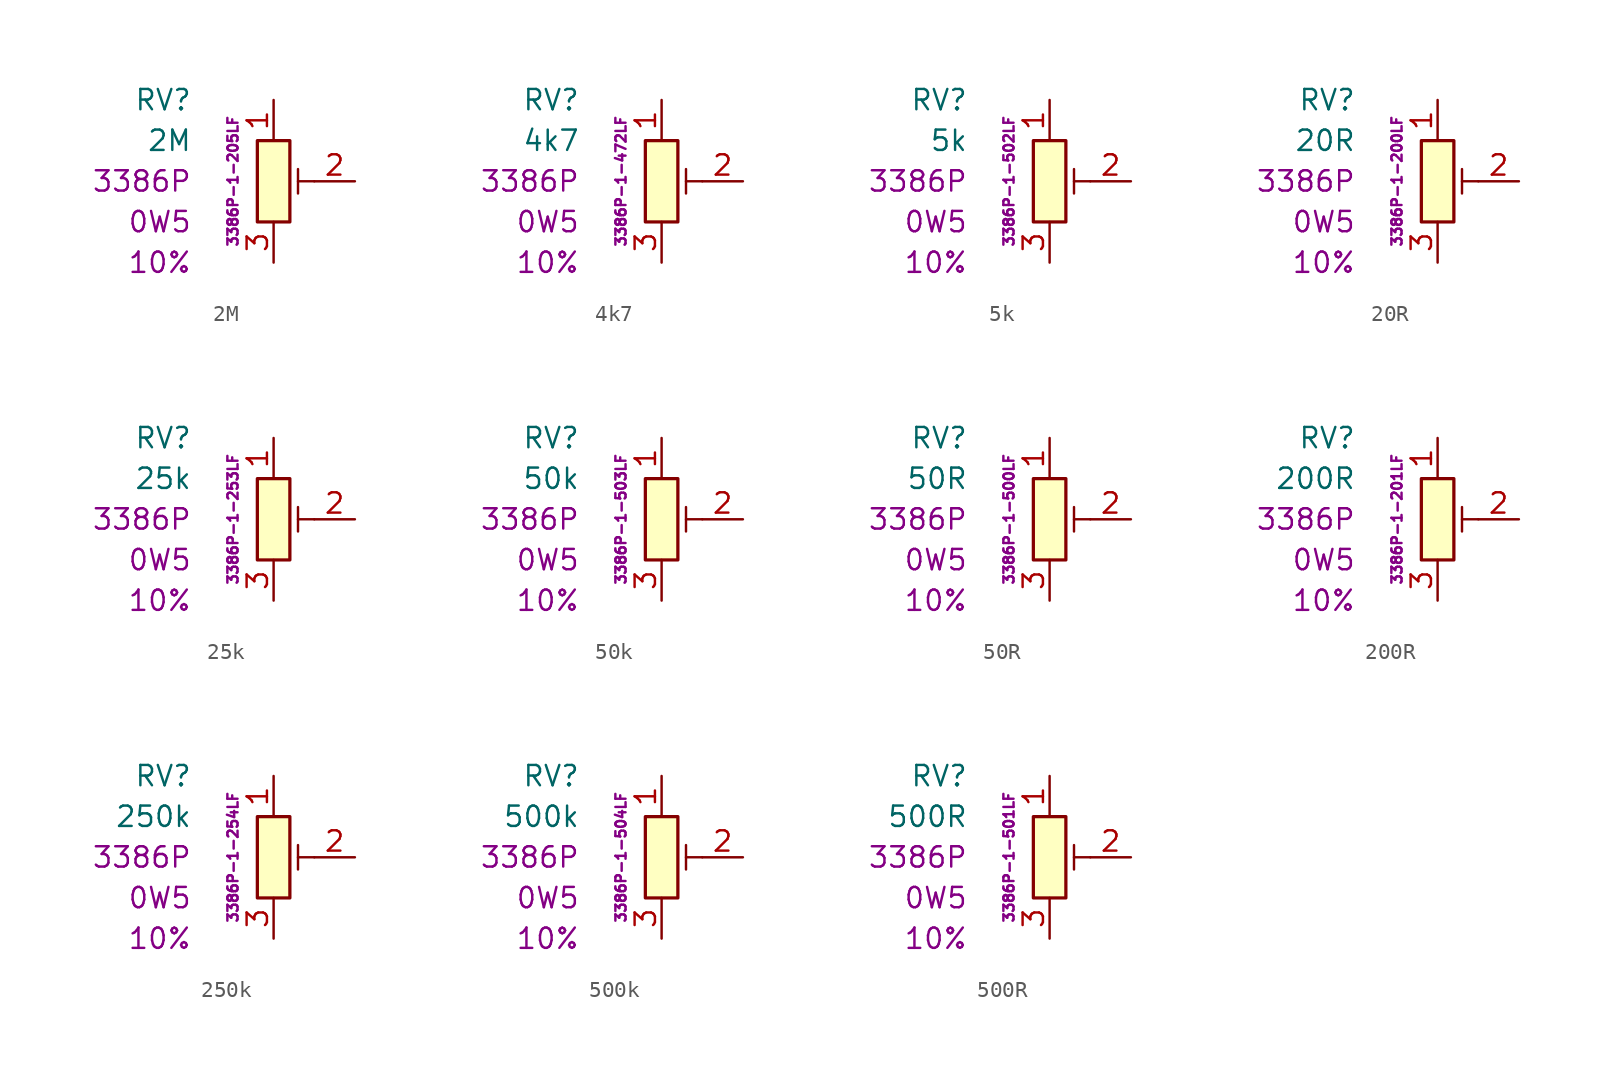
<source format=kicad_sym>
(kicad_symbol_lib
  (version 20201005)
  (generator kicad_symbol_editor)
  (symbol "2M"
    (pin_names
      (offset 1.016) hide)
    (property "Reference" "RV"
      (at -5.08 5.08 0)
      (effects (font (size 1.27 1.27)) (justify right)))
    (property "Value" "2M"
      (at -5.08 2.54 0)
      (effects (font (size 1.27 1.27)) (justify right)))
    (property "Package" "3386P"
      (at -5.08 0 0)
      (effects (font (size 1.27 1.27)) (justify right)))
    (property "Power" "0W5"
      (at -5.08 -2.54 0)
      (effects (font (size 1.27 1.27)) (justify right)))
    (property "Tolerance" "10%"
      (at -5.08 -5.08 0)
      (effects (font (size 1.27 1.27)) (justify right)))
    (property "MPN" "3386P-1-205LF"
      (at -2.54 0 90)
      (effects (font (size 0.635 0.635))))
    (symbol "2M_0_1"
      (rectangle (start 1.016 2.54) (end -1.016 -2.54) (stroke (width 0.203)) (fill (type background)))
      (polyline (pts (xy 1.524 0.762) (xy 1.524 -0.762)) (stroke (width 0.152)) (fill (type none)))
      (polyline (pts (xy 2.54 0) (xy 1.524 0)) (stroke (width 0.152)) (fill (type none))))
    (symbol "2M_1_1"
      (pin passive line (at 0 5.08 270) (length 2.54) (name "1" (effects (font (size 1.27 1.27)))) (number "1" (effects (font (size 1.27 1.27)))))
      (pin passive line (at 5.08 0 180) (length 2.54) (name "2" (effects (font (size 1.27 1.27)))) (number "2" (effects (font (size 1.27 1.27)))))
      (pin passive line (at 0 -5.08 90) (length 2.54) (name "3" (effects (font (size 1.27 1.27)))) (number "3" (effects (font (size 1.27 1.27)))))))
  (symbol "4k7"
    (pin_names
      (offset 1.016) hide)
    (property "Reference" "RV"
      (at -5.08 5.08 0)
      (effects (font (size 1.27 1.27)) (justify right)))
    (property "Value" "4k7"
      (at -5.08 2.54 0)
      (effects (font (size 1.27 1.27)) (justify right)))
    (property "Package" "3386P"
      (at -5.08 0 0)
      (effects (font (size 1.27 1.27)) (justify right)))
    (property "Power" "0W5"
      (at -5.08 -2.54 0)
      (effects (font (size 1.27 1.27)) (justify right)))
    (property "Tolerance" "10%"
      (at -5.08 -5.08 0)
      (effects (font (size 1.27 1.27)) (justify right)))
    (property "MPN" "3386P-1-472LF"
      (at -2.54 0 90)
      (effects (font (size 0.635 0.635))))
    (symbol "4k7_0_1"
      (rectangle (start 1.016 2.54) (end -1.016 -2.54) (stroke (width 0.203)) (fill (type background)))
      (polyline (pts (xy 1.524 0.762) (xy 1.524 -0.762)) (stroke (width 0.152)) (fill (type none)))
      (polyline (pts (xy 2.54 0) (xy 1.524 0)) (stroke (width 0.152)) (fill (type none))))
    (symbol "4k7_1_1"
      (pin passive line (at 0 5.08 270) (length 2.54) (name "1" (effects (font (size 1.27 1.27)))) (number "1" (effects (font (size 1.27 1.27)))))
      (pin passive line (at 5.08 0 180) (length 2.54) (name "2" (effects (font (size 1.27 1.27)))) (number "2" (effects (font (size 1.27 1.27)))))
      (pin passive line (at 0 -5.08 90) (length 2.54) (name "3" (effects (font (size 1.27 1.27)))) (number "3" (effects (font (size 1.27 1.27)))))))
  (symbol "5k"
    (pin_names
      (offset 1.016) hide)
    (property "Reference" "RV"
      (at -5.08 5.08 0)
      (effects (font (size 1.27 1.27)) (justify right)))
    (property "Value" "5k"
      (at -5.08 2.54 0)
      (effects (font (size 1.27 1.27)) (justify right)))
    (property "Package" "3386P"
      (at -5.08 0 0)
      (effects (font (size 1.27 1.27)) (justify right)))
    (property "Power" "0W5"
      (at -5.08 -2.54 0)
      (effects (font (size 1.27 1.27)) (justify right)))
    (property "Tolerance" "10%"
      (at -5.08 -5.08 0)
      (effects (font (size 1.27 1.27)) (justify right)))
    (property "MPN" "3386P-1-502LF"
      (at -2.54 0 90)
      (effects (font (size 0.635 0.635))))
    (symbol "5k_0_1"
      (rectangle (start 1.016 2.54) (end -1.016 -2.54) (stroke (width 0.203)) (fill (type background)))
      (polyline (pts (xy 1.524 0.762) (xy 1.524 -0.762)) (stroke (width 0.152)) (fill (type none)))
      (polyline (pts (xy 2.54 0) (xy 1.524 0)) (stroke (width 0.152)) (fill (type none))))
    (symbol "5k_1_1"
      (pin passive line (at 0 5.08 270) (length 2.54) (name "1" (effects (font (size 1.27 1.27)))) (number "1" (effects (font (size 1.27 1.27)))))
      (pin passive line (at 5.08 0 180) (length 2.54) (name "2" (effects (font (size 1.27 1.27)))) (number "2" (effects (font (size 1.27 1.27)))))
      (pin passive line (at 0 -5.08 90) (length 2.54) (name "3" (effects (font (size 1.27 1.27)))) (number "3" (effects (font (size 1.27 1.27)))))))
  (symbol "20R"
    (pin_names
      (offset 1.016) hide)
    (property "Reference" "RV"
      (at -5.08 5.08 0)
      (effects (font (size 1.27 1.27)) (justify right)))
    (property "Value" "20R"
      (at -5.08 2.54 0)
      (effects (font (size 1.27 1.27)) (justify right)))
    (property "Package" "3386P"
      (at -5.08 0 0)
      (effects (font (size 1.27 1.27)) (justify right)))
    (property "Power" "0W5"
      (at -5.08 -2.54 0)
      (effects (font (size 1.27 1.27)) (justify right)))
    (property "Tolerance" "10%"
      (at -5.08 -5.08 0)
      (effects (font (size 1.27 1.27)) (justify right)))
    (property "MPN" "3386P-1-200LF"
      (at -2.54 0 90)
      (effects (font (size 0.635 0.635))))
    (symbol "20R_0_1"
      (rectangle (start 1.016 2.54) (end -1.016 -2.54) (stroke (width 0.203)) (fill (type background)))
      (polyline (pts (xy 1.524 0.762) (xy 1.524 -0.762)) (stroke (width 0.152)) (fill (type none)))
      (polyline (pts (xy 2.54 0) (xy 1.524 0)) (stroke (width 0.152)) (fill (type none))))
    (symbol "20R_1_1"
      (pin passive line (at 0 5.08 270) (length 2.54) (name "1" (effects (font (size 1.27 1.27)))) (number "1" (effects (font (size 1.27 1.27)))))
      (pin passive line (at 5.08 0 180) (length 2.54) (name "2" (effects (font (size 1.27 1.27)))) (number "2" (effects (font (size 1.27 1.27)))))
      (pin passive line (at 0 -5.08 90) (length 2.54) (name "3" (effects (font (size 1.27 1.27)))) (number "3" (effects (font (size 1.27 1.27)))))))
  (symbol "25k"
    (pin_names
      (offset 1.016) hide)
    (property "Reference" "RV"
      (at -5.08 5.08 0)
      (effects (font (size 1.27 1.27)) (justify right)))
    (property "Value" "25k"
      (at -5.08 2.54 0)
      (effects (font (size 1.27 1.27)) (justify right)))
    (property "Package" "3386P"
      (at -5.08 0 0)
      (effects (font (size 1.27 1.27)) (justify right)))
    (property "Power" "0W5"
      (at -5.08 -2.54 0)
      (effects (font (size 1.27 1.27)) (justify right)))
    (property "Tolerance" "10%"
      (at -5.08 -5.08 0)
      (effects (font (size 1.27 1.27)) (justify right)))
    (property "MPN" "3386P-1-253LF"
      (at -2.54 0 90)
      (effects (font (size 0.635 0.635))))
    (symbol "25k_0_1"
      (rectangle (start 1.016 2.54) (end -1.016 -2.54) (stroke (width 0.203)) (fill (type background)))
      (polyline (pts (xy 1.524 0.762) (xy 1.524 -0.762)) (stroke (width 0.152)) (fill (type none)))
      (polyline (pts (xy 2.54 0) (xy 1.524 0)) (stroke (width 0.152)) (fill (type none))))
    (symbol "25k_1_1"
      (pin passive line (at 0 5.08 270) (length 2.54) (name "1" (effects (font (size 1.27 1.27)))) (number "1" (effects (font (size 1.27 1.27)))))
      (pin passive line (at 5.08 0 180) (length 2.54) (name "2" (effects (font (size 1.27 1.27)))) (number "2" (effects (font (size 1.27 1.27)))))
      (pin passive line (at 0 -5.08 90) (length 2.54) (name "3" (effects (font (size 1.27 1.27)))) (number "3" (effects (font (size 1.27 1.27)))))))
  (symbol "50k"
    (pin_names
      (offset 1.016) hide)
    (property "Reference" "RV"
      (at -5.08 5.08 0)
      (effects (font (size 1.27 1.27)) (justify right)))
    (property "Value" "50k"
      (at -5.08 2.54 0)
      (effects (font (size 1.27 1.27)) (justify right)))
    (property "Package" "3386P"
      (at -5.08 0 0)
      (effects (font (size 1.27 1.27)) (justify right)))
    (property "Power" "0W5"
      (at -5.08 -2.54 0)
      (effects (font (size 1.27 1.27)) (justify right)))
    (property "Tolerance" "10%"
      (at -5.08 -5.08 0)
      (effects (font (size 1.27 1.27)) (justify right)))
    (property "MPN" "3386P-1-503LF"
      (at -2.54 0 90)
      (effects (font (size 0.635 0.635))))
    (symbol "50k_0_1"
      (rectangle (start 1.016 2.54) (end -1.016 -2.54) (stroke (width 0.203)) (fill (type background)))
      (polyline (pts (xy 1.524 0.762) (xy 1.524 -0.762)) (stroke (width 0.152)) (fill (type none)))
      (polyline (pts (xy 2.54 0) (xy 1.524 0)) (stroke (width 0.152)) (fill (type none))))
    (symbol "50k_1_1"
      (pin passive line (at 0 5.08 270) (length 2.54) (name "1" (effects (font (size 1.27 1.27)))) (number "1" (effects (font (size 1.27 1.27)))))
      (pin passive line (at 5.08 0 180) (length 2.54) (name "2" (effects (font (size 1.27 1.27)))) (number "2" (effects (font (size 1.27 1.27)))))
      (pin passive line (at 0 -5.08 90) (length 2.54) (name "3" (effects (font (size 1.27 1.27)))) (number "3" (effects (font (size 1.27 1.27)))))))
  (symbol "50R"
    (pin_names
      (offset 1.016) hide)
    (property "Reference" "RV"
      (at -5.08 5.08 0)
      (effects (font (size 1.27 1.27)) (justify right)))
    (property "Value" "50R"
      (at -5.08 2.54 0)
      (effects (font (size 1.27 1.27)) (justify right)))
    (property "Package" "3386P"
      (at -5.08 0 0)
      (effects (font (size 1.27 1.27)) (justify right)))
    (property "Power" "0W5"
      (at -5.08 -2.54 0)
      (effects (font (size 1.27 1.27)) (justify right)))
    (property "Tolerance" "10%"
      (at -5.08 -5.08 0)
      (effects (font (size 1.27 1.27)) (justify right)))
    (property "MPN" "3386P-1-500LF"
      (at -2.54 0 90)
      (effects (font (size 0.635 0.635))))
    (symbol "50R_0_1"
      (rectangle (start 1.016 2.54) (end -1.016 -2.54) (stroke (width 0.203)) (fill (type background)))
      (polyline (pts (xy 1.524 0.762) (xy 1.524 -0.762)) (stroke (width 0.152)) (fill (type none)))
      (polyline (pts (xy 2.54 0) (xy 1.524 0)) (stroke (width 0.152)) (fill (type none))))
    (symbol "50R_1_1"
      (pin passive line (at 0 5.08 270) (length 2.54) (name "1" (effects (font (size 1.27 1.27)))) (number "1" (effects (font (size 1.27 1.27)))))
      (pin passive line (at 5.08 0 180) (length 2.54) (name "2" (effects (font (size 1.27 1.27)))) (number "2" (effects (font (size 1.27 1.27)))))
      (pin passive line (at 0 -5.08 90) (length 2.54) (name "3" (effects (font (size 1.27 1.27)))) (number "3" (effects (font (size 1.27 1.27)))))))
  (symbol "200R"
    (pin_names
      (offset 1.016) hide)
    (property "Reference" "RV"
      (at -5.08 5.08 0)
      (effects (font (size 1.27 1.27)) (justify right)))
    (property "Value" "200R"
      (at -5.08 2.54 0)
      (effects (font (size 1.27 1.27)) (justify right)))
    (property "Package" "3386P"
      (at -5.08 0 0)
      (effects (font (size 1.27 1.27)) (justify right)))
    (property "Power" "0W5"
      (at -5.08 -2.54 0)
      (effects (font (size 1.27 1.27)) (justify right)))
    (property "Tolerance" "10%"
      (at -5.08 -5.08 0)
      (effects (font (size 1.27 1.27)) (justify right)))
    (property "MPN" "3386P-1-201LF"
      (at -2.54 0 90)
      (effects (font (size 0.635 0.635))))
    (symbol "200R_0_1"
      (rectangle (start 1.016 2.54) (end -1.016 -2.54) (stroke (width 0.203)) (fill (type background)))
      (polyline (pts (xy 1.524 0.762) (xy 1.524 -0.762)) (stroke (width 0.152)) (fill (type none)))
      (polyline (pts (xy 2.54 0) (xy 1.524 0)) (stroke (width 0.152)) (fill (type none))))
    (symbol "200R_1_1"
      (pin passive line (at 0 5.08 270) (length 2.54) (name "1" (effects (font (size 1.27 1.27)))) (number "1" (effects (font (size 1.27 1.27)))))
      (pin passive line (at 5.08 0 180) (length 2.54) (name "2" (effects (font (size 1.27 1.27)))) (number "2" (effects (font (size 1.27 1.27)))))
      (pin passive line (at 0 -5.08 90) (length 2.54) (name "3" (effects (font (size 1.27 1.27)))) (number "3" (effects (font (size 1.27 1.27)))))))
  (symbol "250k"
    (pin_names
      (offset 1.016) hide)
    (property "Reference" "RV"
      (at -5.08 5.08 0)
      (effects (font (size 1.27 1.27)) (justify right)))
    (property "Value" "250k"
      (at -5.08 2.54 0)
      (effects (font (size 1.27 1.27)) (justify right)))
    (property "Package" "3386P"
      (at -5.08 0 0)
      (effects (font (size 1.27 1.27)) (justify right)))
    (property "Power" "0W5"
      (at -5.08 -2.54 0)
      (effects (font (size 1.27 1.27)) (justify right)))
    (property "Tolerance" "10%"
      (at -5.08 -5.08 0)
      (effects (font (size 1.27 1.27)) (justify right)))
    (property "MPN" "3386P-1-254LF"
      (at -2.54 0 90)
      (effects (font (size 0.635 0.635))))
    (symbol "250k_0_1"
      (rectangle (start 1.016 2.54) (end -1.016 -2.54) (stroke (width 0.203)) (fill (type background)))
      (polyline (pts (xy 1.524 0.762) (xy 1.524 -0.762)) (stroke (width 0.152)) (fill (type none)))
      (polyline (pts (xy 2.54 0) (xy 1.524 0)) (stroke (width 0.152)) (fill (type none))))
    (symbol "250k_1_1"
      (pin passive line (at 0 5.08 270) (length 2.54) (name "1" (effects (font (size 1.27 1.27)))) (number "1" (effects (font (size 1.27 1.27)))))
      (pin passive line (at 5.08 0 180) (length 2.54) (name "2" (effects (font (size 1.27 1.27)))) (number "2" (effects (font (size 1.27 1.27)))))
      (pin passive line (at 0 -5.08 90) (length 2.54) (name "3" (effects (font (size 1.27 1.27)))) (number "3" (effects (font (size 1.27 1.27)))))))
  (symbol "500k"
    (pin_names
      (offset 1.016) hide)
    (property "Reference" "RV"
      (at -5.08 5.08 0)
      (effects (font (size 1.27 1.27)) (justify right)))
    (property "Value" "500k"
      (at -5.08 2.54 0)
      (effects (font (size 1.27 1.27)) (justify right)))
    (property "Package" "3386P"
      (at -5.08 0 0)
      (effects (font (size 1.27 1.27)) (justify right)))
    (property "Power" "0W5"
      (at -5.08 -2.54 0)
      (effects (font (size 1.27 1.27)) (justify right)))
    (property "Tolerance" "10%"
      (at -5.08 -5.08 0)
      (effects (font (size 1.27 1.27)) (justify right)))
    (property "MPN" "3386P-1-504LF"
      (at -2.54 0 90)
      (effects (font (size 0.635 0.635))))
    (symbol "500k_0_1"
      (rectangle (start 1.016 2.54) (end -1.016 -2.54) (stroke (width 0.203)) (fill (type background)))
      (polyline (pts (xy 1.524 0.762) (xy 1.524 -0.762)) (stroke (width 0.152)) (fill (type none)))
      (polyline (pts (xy 2.54 0) (xy 1.524 0)) (stroke (width 0.152)) (fill (type none))))
    (symbol "500k_1_1"
      (pin passive line (at 0 5.08 270) (length 2.54) (name "1" (effects (font (size 1.27 1.27)))) (number "1" (effects (font (size 1.27 1.27)))))
      (pin passive line (at 5.08 0 180) (length 2.54) (name "2" (effects (font (size 1.27 1.27)))) (number "2" (effects (font (size 1.27 1.27)))))
      (pin passive line (at 0 -5.08 90) (length 2.54) (name "3" (effects (font (size 1.27 1.27)))) (number "3" (effects (font (size 1.27 1.27)))))))
  (symbol "500R"
    (pin_names
      (offset 1.016) hide)
    (property "Reference" "RV"
      (at -5.08 5.08 0)
      (effects (font (size 1.27 1.27)) (justify right)))
    (property "Value" "500R"
      (at -5.08 2.54 0)
      (effects (font (size 1.27 1.27)) (justify right)))
    (property "Package" "3386P"
      (at -5.08 0 0)
      (effects (font (size 1.27 1.27)) (justify right)))
    (property "Power" "0W5"
      (at -5.08 -2.54 0)
      (effects (font (size 1.27 1.27)) (justify right)))
    (property "Tolerance" "10%"
      (at -5.08 -5.08 0)
      (effects (font (size 1.27 1.27)) (justify right)))
    (property "MPN" "3386P-1-501LF"
      (at -2.54 0 90)
      (effects (font (size 0.635 0.635))))
    (symbol "500R_0_1"
      (rectangle (start 1.016 2.54) (end -1.016 -2.54) (stroke (width 0.203)) (fill (type background)))
      (polyline (pts (xy 1.524 0.762) (xy 1.524 -0.762)) (stroke (width 0.152)) (fill (type none)))
      (polyline (pts (xy 2.54 0) (xy 1.524 0)) (stroke (width 0.152)) (fill (type none))))
    (symbol "500R_1_1"
      (pin passive line (at 0 5.08 270) (length 2.54) (name "1" (effects (font (size 1.27 1.27)))) (number "1" (effects (font (size 1.27 1.27)))))
      (pin passive line (at 5.08 0 180) (length 2.54) (name "2" (effects (font (size 1.27 1.27)))) (number "2" (effects (font (size 1.27 1.27)))))
      (pin passive line (at 0 -5.08 90) (length 2.54) (name "3" (effects (font (size 1.27 1.27)))) (number "3" (effects (font (size 1.27 1.27))))))))
</source>
